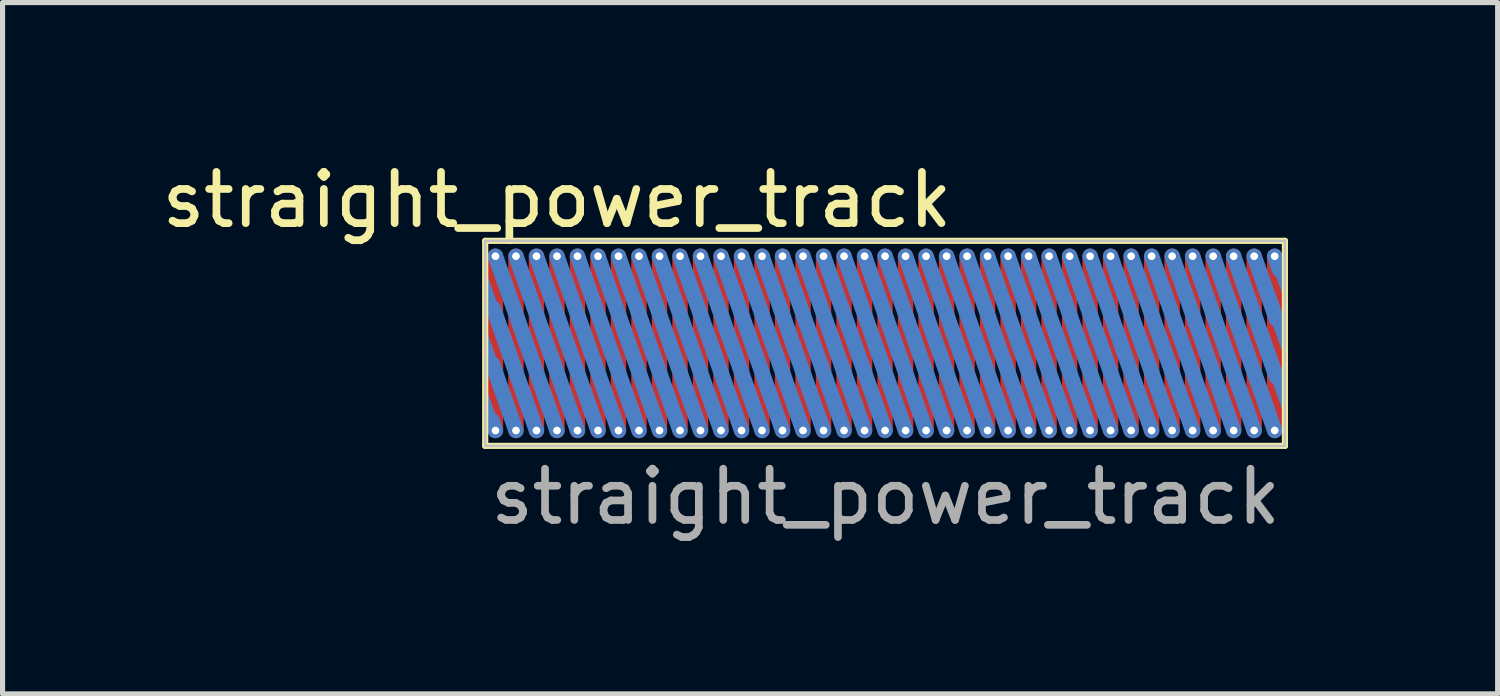
<source format=kicad_pcb>
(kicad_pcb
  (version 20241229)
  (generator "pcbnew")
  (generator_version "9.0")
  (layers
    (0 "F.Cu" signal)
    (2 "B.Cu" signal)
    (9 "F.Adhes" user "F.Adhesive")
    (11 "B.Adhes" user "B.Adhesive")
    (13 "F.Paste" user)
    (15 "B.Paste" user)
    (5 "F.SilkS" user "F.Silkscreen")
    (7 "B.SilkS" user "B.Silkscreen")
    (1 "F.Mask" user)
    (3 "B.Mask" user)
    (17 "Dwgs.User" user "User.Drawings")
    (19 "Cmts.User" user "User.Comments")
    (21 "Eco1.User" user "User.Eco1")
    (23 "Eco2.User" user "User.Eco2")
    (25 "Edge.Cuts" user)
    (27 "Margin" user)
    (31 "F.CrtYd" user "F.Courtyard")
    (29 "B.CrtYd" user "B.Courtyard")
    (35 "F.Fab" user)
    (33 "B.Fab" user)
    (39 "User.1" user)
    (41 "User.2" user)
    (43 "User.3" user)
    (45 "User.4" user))
  (footprint "straight_power_track"
    (layer "F.Cu")
    (at 14.215 3.648)
    (property "Reference" "straight_power_track" (at -6.4 -2.8 0) (unlocked yes) (layer "F.SilkS") (effects (font (size 1 1) (thickness 0.15))))
    (attr smd)
    (fp_line (start -7.6 -1.7) (end -7.6 1.7) (stroke (width 0.3) (type solid)) (layer "F.Cu"))
    (fp_line (start -7.2 -1.7) (end -7.2 1.7) (stroke (width 0.3) (type solid)) (layer "F.Cu"))
    (fp_line (start -6.8 -1.7) (end -6.8 1.7) (stroke (width 0.3) (type solid)) (layer "F.Cu"))
    (fp_line (start -6.4 -1.7) (end -6.4 1.7) (stroke (width 0.3) (type default)) (layer "F.Cu"))
    (fp_line (start -6 -1.7) (end -6 1.7) (stroke (width 0.3) (type default)) (layer "F.Cu"))
    (fp_line (start -5.6 -1.7) (end -5.6 1.7) (stroke (width 0.3) (type default)) (layer "F.Cu"))
    (fp_line (start -5.2 -1.7) (end -5.2 1.7) (stroke (width 0.3) (type default)) (layer "F.Cu"))
    (fp_line (start -4.8 -1.7) (end -4.8 1.7) (stroke (width 0.3) (type default)) (layer "F.Cu"))
    (fp_line (start -4.4 -1.7) (end -4.4 1.7) (stroke (width 0.3) (type default)) (layer "F.Cu"))
    (fp_line (start -4 -1.7) (end -4 1.7) (stroke (width 0.3) (type default)) (layer "F.Cu"))
    (fp_line (start -3.6 -1.7) (end -3.6 1.7) (stroke (width 0.3) (type default)) (layer "F.Cu"))
    (fp_line (start -3.2 -1.7) (end -3.2 1.7) (stroke (width 0.3) (type default)) (layer "F.Cu"))
    (fp_line (start -2.8 -1.7) (end -2.8 1.7) (stroke (width 0.3) (type default)) (layer "F.Cu"))
    (fp_line (start -2.4 -1.7) (end -2.4 1.7) (stroke (width 0.3) (type default)) (layer "F.Cu"))
    (fp_line (start -2 -1.7) (end -2 1.7) (stroke (width 0.3) (type default)) (layer "F.Cu"))
    (fp_line (start -1.6 -1.7) (end -1.6 1.7) (stroke (width 0.3) (type default)) (layer "F.Cu"))
    (fp_line (start -1.2 -1.7) (end -1.2 1.7) (stroke (width 0.3) (type default)) (layer "F.Cu"))
    (fp_line (start -0.8 -1.7) (end -0.8 1.7) (stroke (width 0.3) (type default)) (layer "F.Cu"))
    (fp_line (start -0.4 -1.7) (end -0.4 1.7) (stroke (width 0.3) (type default)) (layer "F.Cu"))
    (fp_line (start 0 -1.7) (end 0 1.7) (stroke (width 0.3) (type default)) (layer "F.Cu"))
    (fp_line (start 0.4 -1.7) (end 0.4 1.7) (stroke (width 0.3) (type default)) (layer "F.Cu"))
    (fp_line (start 0.8 -1.7) (end 0.8 1.7) (stroke (width 0.3) (type default)) (layer "F.Cu"))
    (fp_line (start 1.2 -1.7) (end 1.2 1.7) (stroke (width 0.3) (type default)) (layer "F.Cu"))
    (fp_line (start 1.6 -1.7) (end 1.6 1.7) (stroke (width 0.3) (type default)) (layer "F.Cu"))
    (fp_line (start 2 -1.7) (end 2 1.7) (stroke (width 0.3) (type default)) (layer "F.Cu"))
    (fp_line (start 2.4 -1.7) (end 2.4 1.7) (stroke (width 0.3) (type default)) (layer "F.Cu"))
    (fp_line (start 2.8 -1.7) (end 2.8 1.7) (stroke (width 0.3) (type default)) (layer "F.Cu"))
    (fp_line (start 3.2 -1.7) (end 3.2 1.7) (stroke (width 0.3) (type default)) (layer "F.Cu"))
    (fp_line (start 3.6 -1.7) (end 3.6 1.7) (stroke (width 0.3) (type default)) (layer "F.Cu"))
    (fp_line (start 4 -1.7) (end 4 1.7) (stroke (width 0.3) (type default)) (layer "F.Cu"))
    (fp_line (start 4.4 -1.7) (end 4.4 1.7) (stroke (width 0.3) (type default)) (layer "F.Cu"))
    (fp_line (start 4.8 -1.7) (end 4.8 1.7) (stroke (width 0.3) (type default)) (layer "F.Cu"))
    (fp_line (start 5.2 -1.7) (end 5.2 1.7) (stroke (width 0.3) (type default)) (layer "F.Cu"))
    (fp_line (start 5.6 -1.7) (end 5.6 1.7) (stroke (width 0.3) (type default)) (layer "F.Cu"))
    (fp_line (start 6 -1.7) (end 6 1.7) (stroke (width 0.3) (type default)) (layer "F.Cu"))
    (fp_line (start 6.4 -1.7) (end 6.4 1.7) (stroke (width 0.3) (type default)) (layer "F.Cu"))
    (fp_line (start 6.8 -1.7) (end 6.8 1.7) (stroke (width 0.3) (type default)) (layer "F.Cu"))
    (fp_line (start 7.2 -1.7) (end 7.2 1.7) (stroke (width 0.3) (type default)) (layer "F.Cu"))
    (fp_line (start 7.6 -1.7) (end 7.6 1.7) (stroke (width 0.3) (type default)) (layer "F.Cu"))
    (fp_line (start -7.6 -1.7) (end -6.4 1.7) (stroke (width 0.3) (type default)) (layer "B.Cu"))
    (fp_line (start -7.6 1.7) (end -7.67 1.5) (stroke (width 0.3) (type default)) (layer "B.Cu"))
    (fp_line (start -7.2 -1.7) (end -6 1.7) (stroke (width 0.3) (type default)) (layer "B.Cu"))
    (fp_line (start -7.2 1.7) (end -7.66 0.4) (stroke (width 0.3) (type default)) (layer "B.Cu"))
    (fp_line (start -6.8 -1.7) (end -5.6 1.7) (stroke (width 0.3) (type default)) (layer "B.Cu"))
    (fp_line (start -6.8 1.7) (end -7.64 -0.68) (stroke (width 0.3) (type default)) (layer "B.Cu"))
    (fp_line (start -6.4 -1.7) (end -5.2 1.7) (stroke (width 0.3) (type default)) (layer "B.Cu"))
    (fp_line (start -6 -1.7) (end -4.8 1.7) (stroke (width 0.3) (type default)) (layer "B.Cu"))
    (fp_line (start -5.6 -1.7) (end -4.4 1.7) (stroke (width 0.3) (type default)) (layer "B.Cu"))
    (fp_line (start -5.2 -1.7) (end -4 1.7) (stroke (width 0.3) (type default)) (layer "B.Cu"))
    (fp_line (start -4.8 -1.7) (end -3.6 1.7) (stroke (width 0.3) (type default)) (layer "B.Cu"))
    (fp_line (start -4.4 -1.7) (end -3.2 1.7) (stroke (width 0.3) (type default)) (layer "B.Cu"))
    (fp_line (start -4 -1.7) (end -2.8 1.7) (stroke (width 0.3) (type default)) (layer "B.Cu"))
    (fp_line (start -3.6 -1.7) (end -2.4 1.7) (stroke (width 0.3) (type default)) (layer "B.Cu"))
    (fp_line (start -3.2 -1.7) (end -2 1.7) (stroke (width 0.3) (type default)) (layer "B.Cu"))
    (fp_line (start -2.8 -1.7) (end -1.6 1.7) (stroke (width 0.3) (type default)) (layer "B.Cu"))
    (fp_line (start -2.4 -1.7) (end -1.2 1.7) (stroke (width 0.3) (type default)) (layer "B.Cu"))
    (fp_line (start -2 -1.7) (end -0.8 1.7) (stroke (width 0.3) (type default)) (layer "B.Cu"))
    (fp_line (start -1.6 -1.7) (end -0.4 1.7) (stroke (width 0.3) (type default)) (layer "B.Cu"))
    (fp_line (start -1.2 -1.7) (end 0 1.7) (stroke (width 0.3) (type default)) (layer "B.Cu"))
    (fp_line (start -0.8 -1.7) (end 0.4 1.7) (stroke (width 0.3) (type default)) (layer "B.Cu"))
    (fp_line (start -0.4 -1.7) (end 0.8 1.7) (stroke (width 0.3) (type default)) (layer "B.Cu"))
    (fp_line (start 0 -1.7) (end 1.2 1.7) (stroke (width 0.3) (type default)) (layer "B.Cu"))
    (fp_line (start 0.4 -1.7) (end 1.6 1.7) (stroke (width 0.3) (type default)) (layer "B.Cu"))
    (fp_line (start 0.8 -1.7) (end 2 1.7) (stroke (width 0.3) (type default)) (layer "B.Cu"))
    (fp_line (start 1.2 -1.7) (end 2.4 1.7) (stroke (width 0.3) (type default)) (layer "B.Cu"))
    (fp_line (start 1.6 -1.7) (end 2.8 1.7) (stroke (width 0.3) (type default)) (layer "B.Cu"))
    (fp_line (start 2 -1.7) (end 3.2 1.7) (stroke (width 0.3) (type default)) (layer "B.Cu"))
    (fp_line (start 2.4 -1.7) (end 3.6 1.7) (stroke (width 0.3) (type default)) (layer "B.Cu"))
    (fp_line (start 2.8 -1.7) (end 4 1.7) (stroke (width 0.3) (type default)) (layer "B.Cu"))
    (fp_line (start 3.2 -1.7) (end 4.4 1.7) (stroke (width 0.3) (type default)) (layer "B.Cu"))
    (fp_line (start 3.6 -1.7) (end 4.8 1.7) (stroke (width 0.3) (type default)) (layer "B.Cu"))
    (fp_line (start 4 -1.7) (end 5.2 1.7) (stroke (width 0.3) (type default)) (layer "B.Cu"))
    (fp_line (start 4.4 -1.7) (end 5.6 1.7) (stroke (width 0.3) (type default)) (layer "B.Cu"))
    (fp_line (start 4.8 -1.7) (end 6 1.7) (stroke (width 0.3) (type default)) (layer "B.Cu"))
    (fp_line (start 5.2 -1.7) (end 6.4 1.7) (stroke (width 0.3) (type default)) (layer "B.Cu"))
    (fp_line (start 5.6 -1.7) (end 6.8 1.7) (stroke (width 0.3) (type default)) (layer "B.Cu"))
    (fp_line (start 6 -1.7) (end 7.2 1.7) (stroke (width 0.3) (type default)) (layer "B.Cu"))
    (fp_line (start 6.4 -1.7) (end 7.6 1.7) (stroke (width 0.3) (type default)) (layer "B.Cu"))
    (fp_line (start 6.8 -1.7) (end 7.63 0.65) (stroke (width 0.3) (type default)) (layer "B.Cu"))
    (fp_line (start 7.2 -1.7) (end 7.63 -0.48) (stroke (width 0.3) (type default)) (layer "B.Cu"))
    (fp_line (start 7.6 -1.7) (end 7.69 -1.44) (stroke (width 0.3) (type default)) (layer "B.Cu"))
    (fp_poly (pts (xy -7.562 0.366) (xy -7.813 -0.35) (xy -7.813 0.25) (xy -7.732 0.476)) (stroke (width 0.01) (type solid)) (fill yes) (layer "B.Cu"))
    (fp_poly (pts (xy -7.56 -0.75) (xy -7.811 -1.466) (xy -7.811 -0.866) (xy -7.73 -0.64)) (stroke (width 0.01) (type solid)) (fill yes) (layer "B.Cu"))
    (fp_poly (pts (xy -7.549 1.55) (xy -7.8 0.834) (xy -7.8 1.434) (xy -7.719 1.66)) (stroke (width 0.01) (type solid)) (fill yes) (layer "B.Cu"))
    (fp_poly (pts (xy 7.54 -0.446) (xy 7.8 0.294) (xy 7.8 -0.306) (xy 7.71 -0.556)) (stroke (width 0.01) (type solid)) (fill yes) (layer "B.Cu"))
    (fp_poly (pts (xy 7.54 0.69) (xy 7.8 1.43) (xy 7.8 0.83) (xy 7.71 0.58)) (stroke (width 0.01) (type solid)) (fill yes) (layer "B.Cu"))
    (fp_poly (pts (xy 7.549 -1.546) (xy 7.8 -0.83) (xy 7.8 -1.43) (xy 7.719 -1.656)) (stroke (width 0.01) (type solid)) (fill yes) (layer "B.Cu"))
    (fp_poly (pts (xy -7.562 0.366) (xy -7.813 -0.35) (xy -7.813 0.25) (xy -7.732 0.476)) (stroke (width 0.01) (type solid)) (fill yes) (layer "B.Mask"))
    (fp_poly (pts (xy -7.56 -0.75) (xy -7.811 -1.466) (xy -7.811 -0.866) (xy -7.73 -0.64)) (stroke (width 0.01) (type solid)) (fill yes) (layer "B.Mask"))
    (fp_poly (pts (xy -7.549 1.55) (xy -7.8 0.834) (xy -7.8 1.434) (xy -7.719 1.66)) (stroke (width 0.01) (type solid)) (fill yes) (layer "B.Mask"))
    (fp_poly (pts (xy 7.539 -0.451) (xy 7.799 0.289) (xy 7.799 -0.311) (xy 7.709 -0.561)) (stroke (width 0.01) (type solid)) (fill yes) (layer "B.Mask"))
    (fp_poly (pts (xy 7.54 0.69) (xy 7.8 1.43) (xy 7.8 0.83) (xy 7.71 0.58)) (stroke (width 0.01) (type solid)) (fill yes) (layer "B.Mask"))
    (fp_poly (pts (xy 7.547 -1.542) (xy 7.799 -0.826) (xy 7.799 -1.426) (xy 7.717 -1.652)) (stroke (width 0.01) (type solid)) (fill yes) (layer "B.Mask"))
    (fp_line (start -7.8 -2) (end -7.8 2) (stroke (width 0.12) (type default)) (layer "F.SilkS"))
    (fp_line (start -7.8 -2) (end 7.8 -2) (stroke (width 0.12) (type solid)) (layer "F.SilkS"))
    (fp_line (start -7.8 2) (end 7.8 2) (stroke (width 0.12) (type solid)) (layer "F.SilkS"))
    (fp_line (start 7.8 -2) (end 7.8 2) (stroke (width 0.12) (type default)) (layer "F.SilkS"))
    (fp_line (start -7.8 -2) (end -7.8 2) (stroke (width 0.05) (type solid)) (layer "Dwgs.User"))
    (fp_line (start -7.8 -2) (end 7.8 -2) (stroke (width 0.05) (type solid)) (layer "Dwgs.User"))
    (fp_line (start -7.8 2) (end 7.8 2) (stroke (width 0.05) (type solid)) (layer "Dwgs.User"))
    (fp_line (start 7.8 -2) (end 7.8 2) (stroke (width 0.05) (type solid)) (layer "Dwgs.User"))
    (fp_line (start -8.8 -1.7) (end -7.6 1.7) (stroke (width 0.3) (type solid)) (layer "User.4"))
    (fp_line (start -8.4 -1.7) (end -7.2 1.7) (stroke (width 0.3) (type solid)) (layer "User.4"))
    (fp_line (start -8 -1.7) (end -6.8 1.7) (stroke (width 0.3) (type solid)) (layer "User.4"))
    (fp_line (start 6.8 -1.7) (end 8 1.7) (stroke (width 0.3) (type solid)) (layer "User.4"))
    (fp_line (start 7.2 -1.7) (end 8.4 1.7) (stroke (width 0.3) (type solid)) (layer "User.4"))
    (fp_line (start 7.6 -1.7) (end 8.8 1.7) (stroke (width 0.3) (type solid)) (layer "User.4"))
    (fp_text user "${REFERENCE}" (at 0.01 2.99 0) (unlocked yes) (layer "F.Fab") (effects (font (size 1 1) (thickness 0.15))))
    (pad "1" thru_hole circle (at -7.6 -1.7) (size 0.25 0.25) (drill 0.15) (layers "*.Cu"))
    (pad "1" thru_hole circle (at -7.6 1.7) (size 0.25 0.25) (drill 0.15) (layers "*.Cu"))
    (pad "1" thru_hole circle (at -7.2 -1.7) (size 0.25 0.25) (drill 0.15) (layers "*.Cu"))
    (pad "1" thru_hole circle (at -7.2 1.7) (size 0.25 0.25) (drill 0.15) (layers "*.Cu"))
    (pad "1" thru_hole circle (at -6.8 -1.7) (size 0.25 0.25) (drill 0.15) (layers "*.Cu"))
    (pad "1" thru_hole circle (at -6.8 1.7) (size 0.25 0.25) (drill 0.15) (layers "*.Cu"))
    (pad "1" thru_hole circle (at -6.4 -1.7) (size 0.25 0.25) (drill 0.15) (layers "*.Cu"))
    (pad "1" thru_hole circle (at -6.4 1.7) (size 0.25 0.25) (drill 0.15) (layers "*.Cu"))
    (pad "1" thru_hole circle (at -6 -1.7) (size 0.25 0.25) (drill 0.15) (layers "*.Cu"))
    (pad "1" thru_hole circle (at -6 1.7) (size 0.25 0.25) (drill 0.15) (layers "*.Cu"))
    (pad "1" thru_hole circle (at -5.6 -1.7) (size 0.25 0.25) (drill 0.15) (layers "*.Cu"))
    (pad "1" thru_hole circle (at -5.6 1.7) (size 0.25 0.25) (drill 0.15) (layers "*.Cu"))
    (pad "1" thru_hole circle (at -5.2 -1.7) (size 0.25 0.25) (drill 0.15) (layers "*.Cu"))
    (pad "1" thru_hole circle (at -5.2 1.7) (size 0.25 0.25) (drill 0.15) (layers "*.Cu"))
    (pad "1" thru_hole circle (at -4.8 -1.7) (size 0.25 0.25) (drill 0.15) (layers "*.Cu"))
    (pad "1" thru_hole circle (at -4.8 1.7) (size 0.25 0.25) (drill 0.15) (layers "*.Cu"))
    (pad "1" thru_hole circle (at -4.4 -1.7) (size 0.25 0.25) (drill 0.15) (layers "*.Cu"))
    (pad "1" thru_hole circle (at -4.4 1.7) (size 0.25 0.25) (drill 0.15) (layers "*.Cu"))
    (pad "1" thru_hole circle (at -4 -1.7) (size 0.25 0.25) (drill 0.15) (layers "*.Cu"))
    (pad "1" thru_hole circle (at -4 1.7) (size 0.25 0.25) (drill 0.15) (layers "*.Cu"))
    (pad "1" thru_hole circle (at -3.6 -1.7) (size 0.25 0.25) (drill 0.15) (layers "*.Cu"))
    (pad "1" thru_hole circle (at -3.6 1.7) (size 0.25 0.25) (drill 0.15) (layers "*.Cu"))
    (pad "1" thru_hole circle (at -3.2 -1.7) (size 0.25 0.25) (drill 0.15) (layers "*.Cu"))
    (pad "1" thru_hole circle (at -3.2 1.7) (size 0.25 0.25) (drill 0.15) (layers "*.Cu"))
    (pad "1" thru_hole circle (at -2.8 -1.7) (size 0.25 0.25) (drill 0.15) (layers "*.Cu"))
    (pad "1" thru_hole circle (at -2.8 1.7) (size 0.25 0.25) (drill 0.15) (layers "*.Cu"))
    (pad "1" thru_hole circle (at -2.4 -1.7) (size 0.25 0.25) (drill 0.15) (layers "*.Cu"))
    (pad "1" thru_hole circle (at -2.4 1.7) (size 0.25 0.25) (drill 0.15) (layers "*.Cu"))
    (pad "1" thru_hole circle (at -2 -1.7) (size 0.25 0.25) (drill 0.15) (layers "*.Cu"))
    (pad "1" thru_hole circle (at -2 1.7) (size 0.25 0.25) (drill 0.15) (layers "*.Cu"))
    (pad "1" thru_hole circle (at -1.6 -1.7) (size 0.25 0.25) (drill 0.15) (layers "*.Cu"))
    (pad "1" thru_hole circle (at -1.6 1.7) (size 0.25 0.25) (drill 0.15) (layers "*.Cu"))
    (pad "1" thru_hole circle (at -1.2 -1.7) (size 0.25 0.25) (drill 0.15) (layers "*.Cu"))
    (pad "1" thru_hole circle (at -1.2 1.7) (size 0.25 0.25) (drill 0.15) (layers "*.Cu"))
    (pad "1" thru_hole circle (at -0.8 -1.7) (size 0.25 0.25) (drill 0.15) (layers "*.Cu"))
    (pad "1" thru_hole circle (at -0.8 1.7) (size 0.25 0.25) (drill 0.15) (layers "*.Cu"))
    (pad "1" thru_hole circle (at -0.4 -1.7) (size 0.25 0.25) (drill 0.15) (layers "*.Cu"))
    (pad "1" thru_hole circle (at -0.4 1.7) (size 0.25 0.25) (drill 0.15) (layers "*.Cu"))
    (pad "1" thru_hole circle (at 0 -1.7) (size 0.25 0.25) (drill 0.15) (layers "*.Cu"))
    (pad "1" thru_hole circle (at 0 1.7) (size 0.25 0.25) (drill 0.15) (layers "*.Cu"))
    (pad "1" thru_hole circle (at 0.4 -1.7) (size 0.25 0.25) (drill 0.15) (layers "*.Cu"))
    (pad "1" thru_hole circle (at 0.4 1.7) (size 0.25 0.25) (drill 0.15) (layers "*.Cu"))
    (pad "1" thru_hole circle (at 0.8 -1.7) (size 0.25 0.25) (drill 0.15) (layers "*.Cu"))
    (pad "1" thru_hole circle (at 0.8 1.7) (size 0.25 0.25) (drill 0.15) (layers "*.Cu"))
    (pad "1" thru_hole circle (at 1.2 -1.7) (size 0.25 0.25) (drill 0.15) (layers "*.Cu"))
    (pad "1" thru_hole circle (at 1.2 1.7) (size 0.25 0.25) (drill 0.15) (layers "*.Cu"))
    (pad "1" thru_hole circle (at 1.6 -1.7) (size 0.25 0.25) (drill 0.15) (layers "*.Cu"))
    (pad "1" thru_hole circle (at 1.6 1.7) (size 0.25 0.25) (drill 0.15) (layers "*.Cu"))
    (pad "1" thru_hole circle (at 2 -1.7) (size 0.25 0.25) (drill 0.15) (layers "*.Cu"))
    (pad "1" thru_hole circle (at 2 1.7) (size 0.25 0.25) (drill 0.15) (layers "*.Cu"))
    (pad "1" thru_hole circle (at 2.4 -1.7) (size 0.25 0.25) (drill 0.15) (layers "*.Cu"))
    (pad "1" thru_hole circle (at 2.4 1.7) (size 0.25 0.25) (drill 0.15) (layers "*.Cu"))
    (pad "1" thru_hole circle (at 2.8 -1.7) (size 0.25 0.25) (drill 0.15) (layers "*.Cu"))
    (pad "1" thru_hole circle (at 2.8 1.7) (size 0.25 0.25) (drill 0.15) (layers "*.Cu"))
    (pad "1" thru_hole circle (at 3.2 -1.7) (size 0.25 0.25) (drill 0.15) (layers "*.Cu"))
    (pad "1" thru_hole circle (at 3.2 1.7) (size 0.25 0.25) (drill 0.15) (layers "*.Cu"))
    (pad "1" thru_hole circle (at 3.6 -1.7) (size 0.25 0.25) (drill 0.15) (layers "*.Cu"))
    (pad "1" thru_hole circle (at 3.6 1.7) (size 0.25 0.25) (drill 0.15) (layers "*.Cu"))
    (pad "1" thru_hole circle (at 4 -1.7) (size 0.25 0.25) (drill 0.15) (layers "*.Cu"))
    (pad "1" thru_hole circle (at 4 1.7) (size 0.25 0.25) (drill 0.15) (layers "*.Cu"))
    (pad "1" thru_hole circle (at 4.4 -1.7) (size 0.25 0.25) (drill 0.15) (layers "*.Cu"))
    (pad "1" thru_hole circle (at 4.4 1.7) (size 0.25 0.25) (drill 0.15) (layers "*.Cu"))
    (pad "1" thru_hole circle (at 4.8 -1.7) (size 0.25 0.25) (drill 0.15) (layers "*.Cu"))
    (pad "1" thru_hole circle (at 4.8 1.7) (size 0.25 0.25) (drill 0.15) (layers "*.Cu"))
    (pad "1" thru_hole circle (at 5.2 -1.7) (size 0.25 0.25) (drill 0.15) (layers "*.Cu"))
    (pad "1" thru_hole circle (at 5.2 1.7) (size 0.25 0.25) (drill 0.15) (layers "*.Cu"))
    (pad "1" thru_hole circle (at 5.6 -1.7) (size 0.25 0.25) (drill 0.15) (layers "*.Cu"))
    (pad "1" thru_hole circle (at 5.6 1.7) (size 0.25 0.25) (drill 0.15) (layers "*.Cu"))
    (pad "1" thru_hole circle (at 6 -1.7) (size 0.25 0.25) (drill 0.15) (layers "*.Cu"))
    (pad "1" thru_hole circle (at 6 1.7) (size 0.25 0.25) (drill 0.15) (layers "*.Cu"))
    (pad "1" thru_hole circle (at 6.4 -1.7) (size 0.25 0.25) (drill 0.15) (layers "*.Cu"))
    (pad "1" thru_hole circle (at 6.4 1.7) (size 0.25 0.25) (drill 0.15) (layers "*.Cu"))
    (pad "1" thru_hole circle (at 6.8 -1.7) (size 0.25 0.25) (drill 0.15) (layers "*.Cu"))
    (pad "1" thru_hole circle (at 6.8 1.7) (size 0.25 0.25) (drill 0.15) (layers "*.Cu"))
    (pad "1" thru_hole circle (at 7.2 -1.7) (size 0.25 0.25) (drill 0.15) (layers "*.Cu"))
    (pad "1" thru_hole circle (at 7.2 1.7) (size 0.25 0.25) (drill 0.15) (layers "*.Cu"))
    (pad "1" thru_hole circle (at 7.6 -1.7) (size 0.25 0.25) (drill 0.15) (layers "*.Cu"))
    (pad "1" thru_hole circle (at 7.6 1.7) (size 0.25 0.25) (drill 0.15) (layers "*.Cu")))
  (gr_rect
    (start -3 -3)
    (end 26.165 10.486)
    (stroke (width 0.1) (type default))
    (fill no)
    (layer "Edge.Cuts")))
</source>
